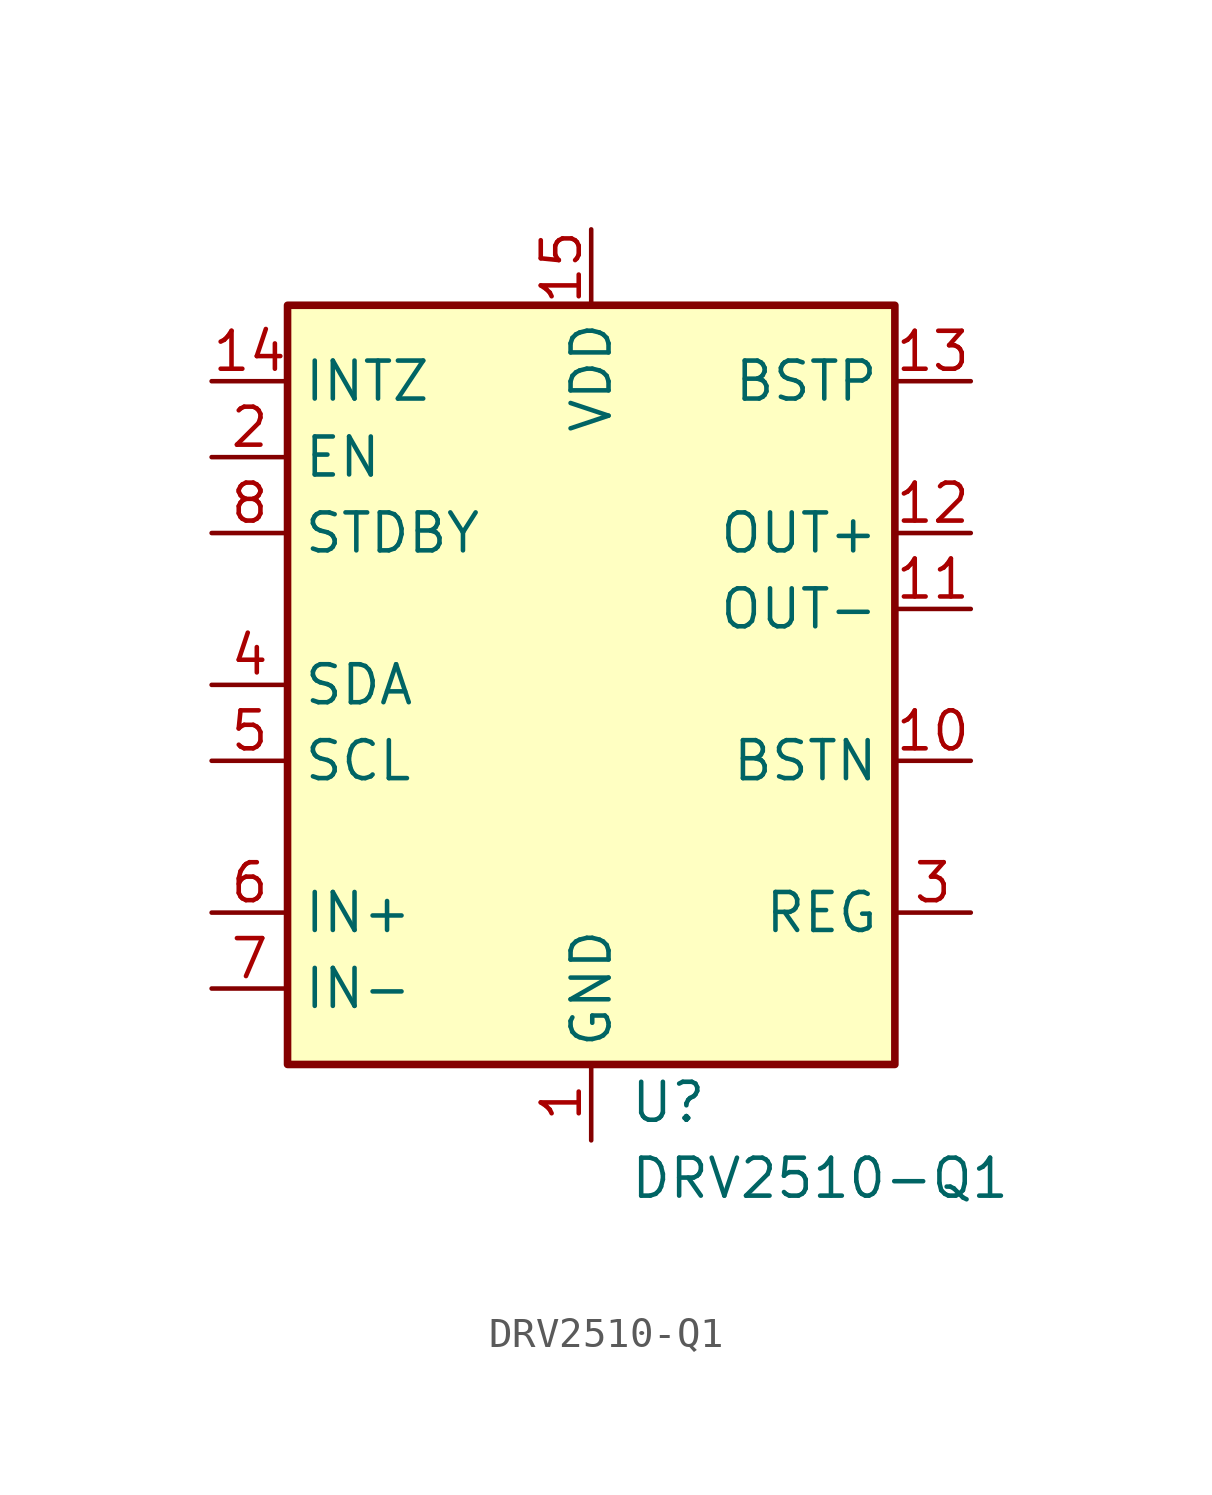
<source format=kicad_sym>
(kicad_symbol_lib
  (version 20201005)
  (generator kicad_symbol_editor)
  (symbol "DRV2510-Q1"
    (property "Reference" "U"
      (at 1.27 -13.97 0)
      (effects (font (size 1.27 1.27)) (justify left)))
    (property "Value" "DRV2510-Q1"
      (at 1.27 -16.51 0)
      (effects (font (size 1.27 1.27)) (justify left)))
    (symbol "DRV2510-Q1_0_0"
      (pin power_in line (at 0 -15.24 90) (length 2.54) (name "GND" (effects (font (size 1.27 1.27)))) (number "1" (effects (font (size 1.27 1.27)))))
      (pin passive line (at 12.7 -2.54 180) (length 2.54) (name "BSTN" (effects (font (size 1.27 1.27)))) (number "10" (effects (font (size 1.27 1.27)))))
      (pin power_out line (at 12.7 2.54 180) (length 2.54) (name "OUT-" (effects (font (size 1.27 1.27)))) (number "11" (effects (font (size 1.27 1.27)))))
      (pin power_out line (at 12.7 5.08 180) (length 2.54) (name "OUT+" (effects (font (size 1.27 1.27)))) (number "12" (effects (font (size 1.27 1.27)))))
      (pin passive line (at 12.7 10.16 180) (length 2.54) (name "BSTP" (effects (font (size 1.27 1.27)))) (number "13" (effects (font (size 1.27 1.27)))))
      (pin open_collector line (at -12.7 10.16 0) (length 2.54) (name "INTZ" (effects (font (size 1.27 1.27)))) (number "14" (effects (font (size 1.27 1.27)))))
      (pin power_in line (at 0 15.24 270) (length 2.54) (name "VDD" (effects (font (size 1.27 1.27)))) (number "15" (effects (font (size 1.27 1.27)))))
      (pin passive line (at 0 -15.24 90) (length 2.54) hide (name "GND" (effects (font (size 1.27 1.27)))) (number "16" (effects (font (size 1.27 1.27)))))
      (pin passive line (at 0 -15.24 90) (length 2.54) hide (name "GND" (effects (font (size 1.27 1.27)))) (number "17" (effects (font (size 1.27 1.27)))))
      (pin input line (at -12.7 7.62 0) (length 2.54) (name "EN" (effects (font (size 1.27 1.27)))) (number "2" (effects (font (size 1.27 1.27)))))
      (pin passive line (at 12.7 -7.62 180) (length 2.54) (name "REG" (effects (font (size 1.27 1.27)))) (number "3" (effects (font (size 1.27 1.27)))))
      (pin bidirectional line (at -12.7 0 0) (length 2.54) (name "SDA" (effects (font (size 1.27 1.27)))) (number "4" (effects (font (size 1.27 1.27)))))
      (pin input line (at -12.7 -2.54 0) (length 2.54) (name "SCL" (effects (font (size 1.27 1.27)))) (number "5" (effects (font (size 1.27 1.27)))))
      (pin input line (at -12.7 -7.62 0) (length 2.54) (name "IN+" (effects (font (size 1.27 1.27)))) (number "6" (effects (font (size 1.27 1.27)))))
      (pin input line (at -12.7 -10.16 0) (length 2.54) (name "IN-" (effects (font (size 1.27 1.27)))) (number "7" (effects (font (size 1.27 1.27)))))
      (pin input line (at -12.7 5.08 0) (length 2.54) (name "STDBY" (effects (font (size 1.27 1.27)))) (number "8" (effects (font (size 1.27 1.27)))))
      (pin passive line (at 0 -15.24 90) (length 2.54) hide (name "GND" (effects (font (size 1.27 1.27)))) (number "9" (effects (font (size 1.27 1.27))))))
    (symbol "DRV2510-Q1_0_1"
      (rectangle (start -10.16 12.7) (end 10.16 -12.7) (stroke (width 0.254)) (fill (type background))))))
</source>
